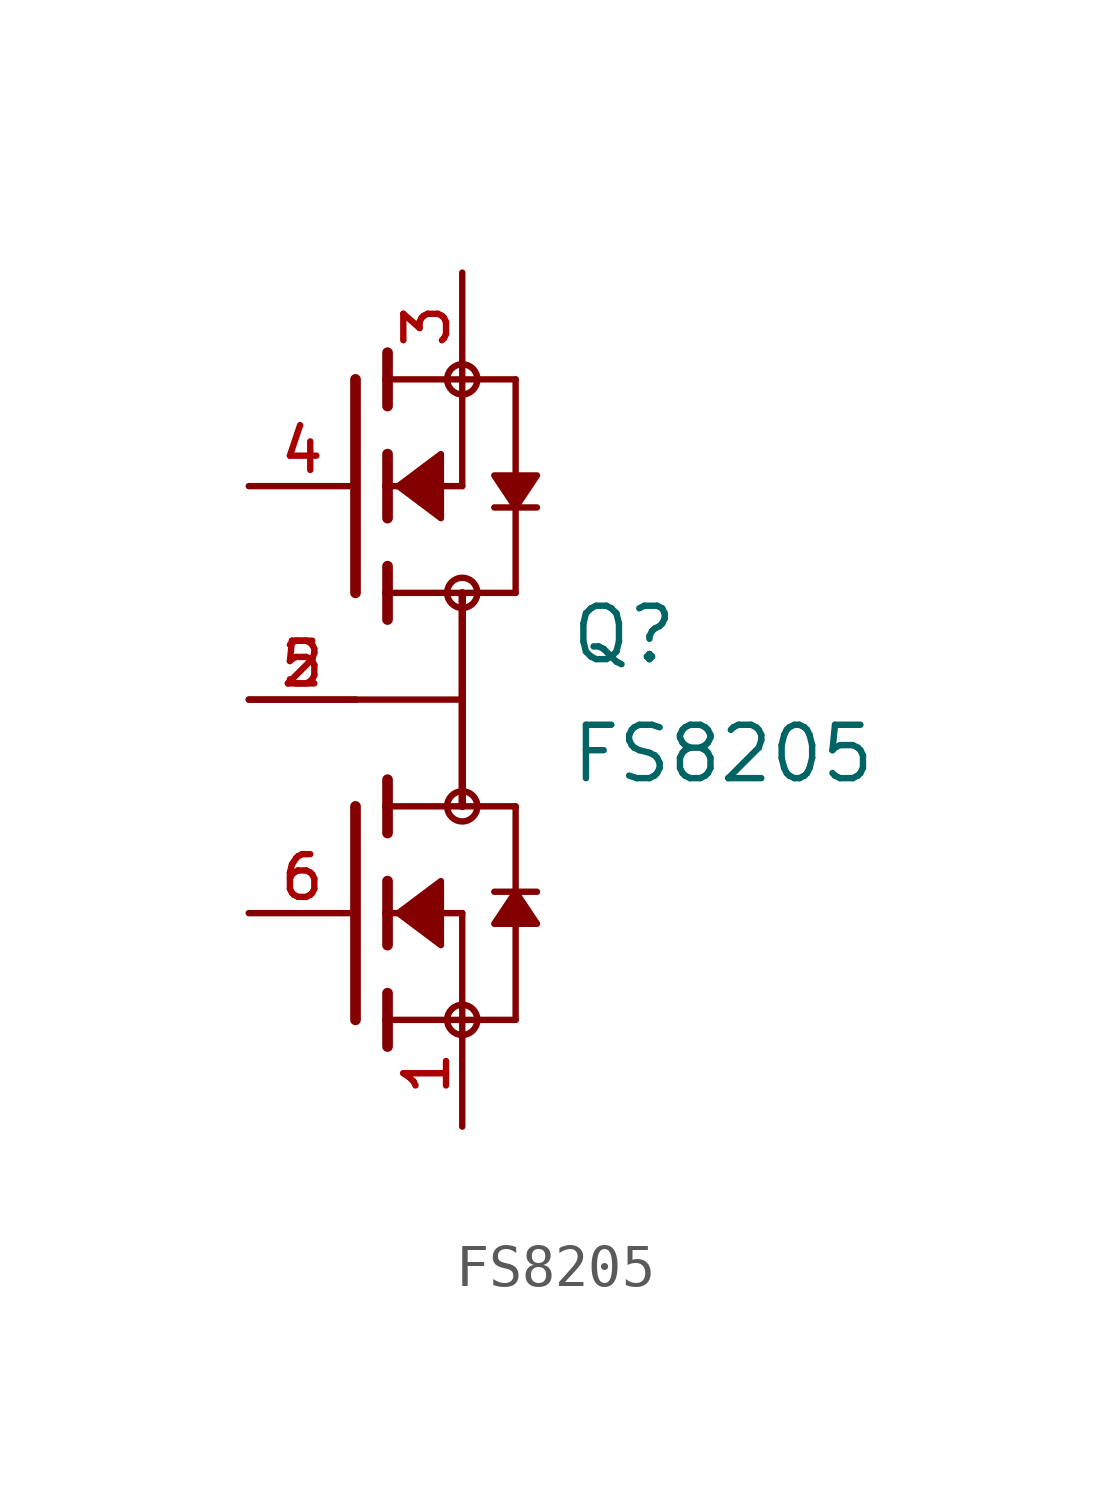
<source format=kicad_sym>
(kicad_symbol_lib
  (version 20211014)
  (generator kicad_symbol_editor)
  (symbol "FS8205"
    (pin_names
      (offset 1.016))
    (property "Reference" "Q"
      (at 2.54 2.286 0)
      (effects (font (size 1.27 1.27)) (justify top left)))
    (property "Value" "FS8205"
      (at 2.54 -2.032 0)
      (effects (font (size 1.27 1.27)) (justify bottom left)))
    (symbol "FS8205_0_0"
      (polyline (pts (xy -1.778 -4.318) (xy -1.778 -5.08)) (stroke (width 0.254)))
      (polyline (pts (xy -1.778 -5.08) (xy -1.778 -5.842)) (stroke (width 0.254)))
      (polyline (pts (xy -1.778 -1.905) (xy -1.778 -2.54)) (stroke (width 0.254)))
      (polyline (pts (xy -1.778 -2.54) (xy -1.778 -3.175)) (stroke (width 0.254)))
      (polyline (pts (xy -1.778 -5.08) (xy 0.0 -5.08)) (stroke (width 0.152)))
      (polyline (pts (xy 0.0 -5.08) (xy 0.0 -7.62)) (stroke (width 0.152)))
      (polyline (pts (xy -1.778 -6.985) (xy -1.778 -7.62)) (stroke (width 0.254)))
      (polyline (pts (xy -1.778 -7.62) (xy -1.778 -8.255)) (stroke (width 0.254)))
      (polyline (pts (xy -2.54 -2.54) (xy -2.54 -7.62)) (stroke (width 0.254)))
      (polyline (pts (xy 0.0 -7.62) (xy -1.778 -7.62)) (stroke (width 0.152)))
      (polyline (pts (xy 1.27 -2.54) (xy 1.27 -4.572)) (stroke (width 0.152)))
      (polyline (pts (xy 1.27 -4.572) (xy 1.27 -7.62)) (stroke (width 0.152)))
      (polyline (pts (xy 0.0 -7.62) (xy 1.27 -7.62)) (stroke (width 0.152)))
      (polyline (pts (xy -1.778 -2.54) (xy 0.0 -2.54)) (stroke (width 0.152)))
      (polyline (pts (xy 0.0 -2.54) (xy 1.27 -2.54)) (stroke (width 0.152)))
      (polyline (pts (xy 1.778 -4.572) (xy 1.27 -4.572)) (stroke (width 0.152)))
      (polyline (pts (xy 1.27 -4.572) (xy 0.762 -4.572)) (stroke (width 0.152)))
      (circle (center 0.0 -7.62) (radius 0.359) (stroke (width 0.0)) (fill (type none)))
      (circle (center 0.0 -2.54) (radius 0.359) (stroke (width 0.0)) (fill (type none)))
      (polyline (pts (xy 1.27 -4.572) (xy 0.762 -5.334) (xy 1.778 -5.334) (xy 1.27 -4.572)) (stroke (width 0.152)) (fill (type outline)))
      (polyline (pts (xy -1.524 -5.08) (xy -0.508 -4.318) (xy -0.508 -5.842) (xy -1.524 -5.08)) (stroke (width 0.152)) (fill (type outline)))
      (polyline (pts (xy -1.778 4.318) (xy -1.778 5.08)) (stroke (width 0.254)))
      (polyline (pts (xy -1.778 5.08) (xy -1.778 5.842)) (stroke (width 0.254)))
      (polyline (pts (xy -1.778 1.905) (xy -1.778 2.54)) (stroke (width 0.254)))
      (polyline (pts (xy -1.778 2.54) (xy -1.778 3.175)) (stroke (width 0.254)))
      (polyline (pts (xy -1.778 5.08) (xy 0.0 5.08)) (stroke (width 0.152)))
      (polyline (pts (xy 0.0 5.08) (xy 0.0 7.62)) (stroke (width 0.152)))
      (polyline (pts (xy -1.778 6.985) (xy -1.778 7.62)) (stroke (width 0.254)))
      (polyline (pts (xy -1.778 7.62) (xy -1.778 8.255)) (stroke (width 0.254)))
      (polyline (pts (xy -2.54 2.54) (xy -2.54 7.62)) (stroke (width 0.254)))
      (polyline (pts (xy 0.0 7.62) (xy -1.778 7.62)) (stroke (width 0.152)))
      (polyline (pts (xy 1.27 2.54) (xy 1.27 4.572)) (stroke (width 0.152)))
      (polyline (pts (xy 1.27 4.572) (xy 1.27 7.62)) (stroke (width 0.152)))
      (polyline (pts (xy 0.0 7.62) (xy 1.27 7.62)) (stroke (width 0.152)))
      (polyline (pts (xy -1.778 2.54) (xy 0.0 2.54)) (stroke (width 0.152)))
      (polyline (pts (xy 0.0 2.54) (xy 1.27 2.54)) (stroke (width 0.152)))
      (polyline (pts (xy 1.778 4.572) (xy 1.27 4.572)) (stroke (width 0.152)))
      (polyline (pts (xy 1.27 4.572) (xy 0.762 4.572)) (stroke (width 0.152)))
      (circle (center 0.0 7.62) (radius 0.359) (stroke (width 0.0)) (fill (type none)))
      (circle (center 0.0 2.54) (radius 0.359) (stroke (width 0.0)) (fill (type none)))
      (polyline (pts (xy 1.27 4.572) (xy 0.762 5.334) (xy 1.778 5.334) (xy 1.27 4.572)) (stroke (width 0.152)) (fill (type outline)))
      (polyline (pts (xy -1.524 5.08) (xy -0.508 4.318) (xy -0.508 5.842) (xy -1.524 5.08)) (stroke (width 0.152)) (fill (type outline)))
      (polyline (pts (xy 0.0 2.54) (xy 0.0 0.0)) (stroke (width 0.178)))
      (polyline (pts (xy 0.0 0.0) (xy 0.0 -2.54)) (stroke (width 0.178)))
      (polyline (pts (xy -2.54 0.0) (xy 0.0 0.0)) (stroke (width 0.152)))
      (pin passive line (at 0.0 -10.16 90.0) (length 2.54) (name "~" (effects (font (size 1.016 1.016)))) (number "1" (effects (font (size 1.016 1.016)))))
      (pin passive line (at -5.08 0.0 0) (length 2.54) (name "~" (effects (font (size 1.016 1.016)))) (number "2" (effects (font (size 1.016 1.016)))))
      (pin passive line (at -5.08 0.0 0) (length 2.54) (name "~" (effects (font (size 1.016 1.016)))) (number "5" (effects (font (size 1.016 1.016)))))
      (pin passive line (at 0.0 10.16 270.0) (length 2.54) (name "~" (effects (font (size 1.016 1.016)))) (number "3" (effects (font (size 1.016 1.016)))))
      (pin passive line (at -5.08 -5.08 0) (length 2.54) (name "~" (effects (font (size 1.016 1.016)))) (number "6" (effects (font (size 1.016 1.016)))))
      (pin passive line (at -5.08 5.08 0) (length 2.54) (name "~" (effects (font (size 1.016 1.016)))) (number "4" (effects (font (size 1.016 1.016))))))))
</source>
